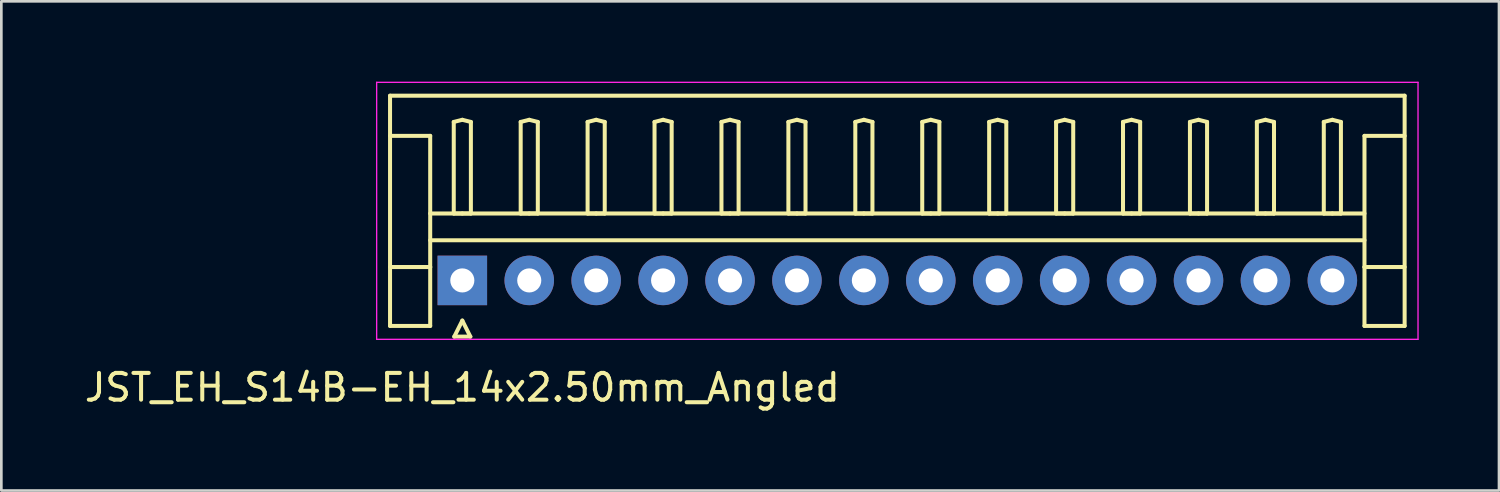
<source format=kicad_pcb>
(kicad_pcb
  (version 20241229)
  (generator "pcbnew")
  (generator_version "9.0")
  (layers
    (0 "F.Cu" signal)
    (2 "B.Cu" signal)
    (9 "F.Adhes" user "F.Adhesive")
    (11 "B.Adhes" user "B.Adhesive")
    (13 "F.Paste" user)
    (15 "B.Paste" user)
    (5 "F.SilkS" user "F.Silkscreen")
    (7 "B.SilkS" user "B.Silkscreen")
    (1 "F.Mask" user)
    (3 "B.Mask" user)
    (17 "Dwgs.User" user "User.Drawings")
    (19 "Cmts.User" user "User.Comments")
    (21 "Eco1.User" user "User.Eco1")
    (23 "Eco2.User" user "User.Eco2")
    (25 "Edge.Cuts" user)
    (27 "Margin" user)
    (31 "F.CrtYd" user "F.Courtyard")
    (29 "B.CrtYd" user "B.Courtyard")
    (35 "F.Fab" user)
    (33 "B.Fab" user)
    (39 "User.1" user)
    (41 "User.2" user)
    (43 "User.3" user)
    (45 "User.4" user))
  (footprint "JST_EH_S14B-EH_14x2.50mm_Angled"
    (layer "F.Cu")
    (at 14.22 7.425)
    (property "Reference" "JST_EH_S14B-EH_14x2.50mm_Angled" (at 0 4 0) (layer "F.SilkS") (effects (font (size 1 1) (thickness 0.15))))
    (attr through_hole)
    (fp_line (start -2.7 -6.9) (end 35.2 -6.9) (stroke (width 0.15) (type solid)) (layer "F.SilkS"))
    (fp_line (start -2.7 -5.4) (end -1.2 -5.4) (stroke (width 0.15) (type solid)) (layer "F.SilkS"))
    (fp_line (start -2.7 1.7) (end -2.7 -6.9) (stroke (width 0.15) (type solid)) (layer "F.SilkS"))
    (fp_line (start -1.2 -5.4) (end -1.2 -0.5) (stroke (width 0.15) (type solid)) (layer "F.SilkS"))
    (fp_line (start -1.2 -2.5) (end 33.7 -2.5) (stroke (width 0.15) (type solid)) (layer "F.SilkS"))
    (fp_line (start -1.2 -1.5) (end 33.7 -1.5) (stroke (width 0.15) (type solid)) (layer "F.SilkS"))
    (fp_line (start -1.2 -0.5) (end -2.7 -0.5) (stroke (width 0.15) (type solid)) (layer "F.SilkS"))
    (fp_line (start -1.2 -0.5) (end -1.2 1.7) (stroke (width 0.15) (type solid)) (layer "F.SilkS"))
    (fp_line (start -1.2 1.7) (end -2.7 1.7) (stroke (width 0.15) (type solid)) (layer "F.SilkS"))
    (fp_line (start -0.32 -5.92) (end 0 -6) (stroke (width 0.15) (type solid)) (layer "F.SilkS"))
    (fp_line (start -0.32 -2.5) (end -0.32 -5.92) (stroke (width 0.15) (type solid)) (layer "F.SilkS"))
    (fp_line (start -0.3 2.1) (end 0.3 2.1) (stroke (width 0.15) (type solid)) (layer "F.SilkS"))
    (fp_line (start 0 -6) (end 0.32 -5.92) (stroke (width 0.15) (type solid)) (layer "F.SilkS"))
    (fp_line (start 0 -2.5) (end -0.32 -2.5) (stroke (width 0.15) (type solid)) (layer "F.SilkS"))
    (fp_line (start 0 1.5) (end -0.3 2.1) (stroke (width 0.15) (type solid)) (layer "F.SilkS"))
    (fp_line (start 0.3 2.1) (end 0 1.5) (stroke (width 0.15) (type solid)) (layer "F.SilkS"))
    (fp_line (start 0.32 -5.92) (end 0.32 -2.5) (stroke (width 0.15) (type solid)) (layer "F.SilkS"))
    (fp_line (start 0.32 -2.5) (end 0 -2.5) (stroke (width 0.15) (type solid)) (layer "F.SilkS"))
    (fp_line (start 2.18 -5.92) (end 2.5 -6) (stroke (width 0.15) (type solid)) (layer "F.SilkS"))
    (fp_line (start 2.18 -2.5) (end 2.18 -5.92) (stroke (width 0.15) (type solid)) (layer "F.SilkS"))
    (fp_line (start 2.5 -6) (end 2.82 -5.92) (stroke (width 0.15) (type solid)) (layer "F.SilkS"))
    (fp_line (start 2.5 -2.5) (end 2.18 -2.5) (stroke (width 0.15) (type solid)) (layer "F.SilkS"))
    (fp_line (start 2.82 -5.92) (end 2.82 -2.5) (stroke (width 0.15) (type solid)) (layer "F.SilkS"))
    (fp_line (start 2.82 -2.5) (end 2.5 -2.5) (stroke (width 0.15) (type solid)) (layer "F.SilkS"))
    (fp_line (start 4.68 -5.92) (end 5 -6) (stroke (width 0.15) (type solid)) (layer "F.SilkS"))
    (fp_line (start 4.68 -2.5) (end 4.68 -5.92) (stroke (width 0.15) (type solid)) (layer "F.SilkS"))
    (fp_line (start 5 -6) (end 5.32 -5.92) (stroke (width 0.15) (type solid)) (layer "F.SilkS"))
    (fp_line (start 5 -2.5) (end 4.68 -2.5) (stroke (width 0.15) (type solid)) (layer "F.SilkS"))
    (fp_line (start 5.32 -5.92) (end 5.32 -2.5) (stroke (width 0.15) (type solid)) (layer "F.SilkS"))
    (fp_line (start 5.32 -2.5) (end 5 -2.5) (stroke (width 0.15) (type solid)) (layer "F.SilkS"))
    (fp_line (start 7.18 -5.92) (end 7.5 -6) (stroke (width 0.15) (type solid)) (layer "F.SilkS"))
    (fp_line (start 7.18 -2.5) (end 7.18 -5.92) (stroke (width 0.15) (type solid)) (layer "F.SilkS"))
    (fp_line (start 7.5 -6) (end 7.82 -5.92) (stroke (width 0.15) (type solid)) (layer "F.SilkS"))
    (fp_line (start 7.5 -2.5) (end 7.18 -2.5) (stroke (width 0.15) (type solid)) (layer "F.SilkS"))
    (fp_line (start 7.82 -5.92) (end 7.82 -2.5) (stroke (width 0.15) (type solid)) (layer "F.SilkS"))
    (fp_line (start 7.82 -2.5) (end 7.5 -2.5) (stroke (width 0.15) (type solid)) (layer "F.SilkS"))
    (fp_line (start 9.68 -5.92) (end 10 -6) (stroke (width 0.15) (type solid)) (layer "F.SilkS"))
    (fp_line (start 9.68 -2.5) (end 9.68 -5.92) (stroke (width 0.15) (type solid)) (layer "F.SilkS"))
    (fp_line (start 10 -6) (end 10.32 -5.92) (stroke (width 0.15) (type solid)) (layer "F.SilkS"))
    (fp_line (start 10 -2.5) (end 9.68 -2.5) (stroke (width 0.15) (type solid)) (layer "F.SilkS"))
    (fp_line (start 10.32 -5.92) (end 10.32 -2.5) (stroke (width 0.15) (type solid)) (layer "F.SilkS"))
    (fp_line (start 10.32 -2.5) (end 10 -2.5) (stroke (width 0.15) (type solid)) (layer "F.SilkS"))
    (fp_line (start 12.18 -5.92) (end 12.5 -6) (stroke (width 0.15) (type solid)) (layer "F.SilkS"))
    (fp_line (start 12.18 -2.5) (end 12.18 -5.92) (stroke (width 0.15) (type solid)) (layer "F.SilkS"))
    (fp_line (start 12.5 -6) (end 12.82 -5.92) (stroke (width 0.15) (type solid)) (layer "F.SilkS"))
    (fp_line (start 12.5 -2.5) (end 12.18 -2.5) (stroke (width 0.15) (type solid)) (layer "F.SilkS"))
    (fp_line (start 12.82 -5.92) (end 12.82 -2.5) (stroke (width 0.15) (type solid)) (layer "F.SilkS"))
    (fp_line (start 12.82 -2.5) (end 12.5 -2.5) (stroke (width 0.15) (type solid)) (layer "F.SilkS"))
    (fp_line (start 14.68 -5.92) (end 15 -6) (stroke (width 0.15) (type solid)) (layer "F.SilkS"))
    (fp_line (start 14.68 -2.5) (end 14.68 -5.92) (stroke (width 0.15) (type solid)) (layer "F.SilkS"))
    (fp_line (start 15 -6) (end 15.32 -5.92) (stroke (width 0.15) (type solid)) (layer "F.SilkS"))
    (fp_line (start 15 -2.5) (end 14.68 -2.5) (stroke (width 0.15) (type solid)) (layer "F.SilkS"))
    (fp_line (start 15.32 -5.92) (end 15.32 -2.5) (stroke (width 0.15) (type solid)) (layer "F.SilkS"))
    (fp_line (start 15.32 -2.5) (end 15 -2.5) (stroke (width 0.15) (type solid)) (layer "F.SilkS"))
    (fp_line (start 17.18 -5.92) (end 17.5 -6) (stroke (width 0.15) (type solid)) (layer "F.SilkS"))
    (fp_line (start 17.18 -2.5) (end 17.18 -5.92) (stroke (width 0.15) (type solid)) (layer "F.SilkS"))
    (fp_line (start 17.5 -6) (end 17.82 -5.92) (stroke (width 0.15) (type solid)) (layer "F.SilkS"))
    (fp_line (start 17.5 -2.5) (end 17.18 -2.5) (stroke (width 0.15) (type solid)) (layer "F.SilkS"))
    (fp_line (start 17.82 -5.92) (end 17.82 -2.5) (stroke (width 0.15) (type solid)) (layer "F.SilkS"))
    (fp_line (start 17.82 -2.5) (end 17.5 -2.5) (stroke (width 0.15) (type solid)) (layer "F.SilkS"))
    (fp_line (start 19.68 -5.92) (end 20 -6) (stroke (width 0.15) (type solid)) (layer "F.SilkS"))
    (fp_line (start 19.68 -2.5) (end 19.68 -5.92) (stroke (width 0.15) (type solid)) (layer "F.SilkS"))
    (fp_line (start 20 -6) (end 20.32 -5.92) (stroke (width 0.15) (type solid)) (layer "F.SilkS"))
    (fp_line (start 20 -2.5) (end 19.68 -2.5) (stroke (width 0.15) (type solid)) (layer "F.SilkS"))
    (fp_line (start 20.32 -5.92) (end 20.32 -2.5) (stroke (width 0.15) (type solid)) (layer "F.SilkS"))
    (fp_line (start 20.32 -2.5) (end 20 -2.5) (stroke (width 0.15) (type solid)) (layer "F.SilkS"))
    (fp_line (start 22.18 -5.92) (end 22.5 -6) (stroke (width 0.15) (type solid)) (layer "F.SilkS"))
    (fp_line (start 22.18 -2.5) (end 22.18 -5.92) (stroke (width 0.15) (type solid)) (layer "F.SilkS"))
    (fp_line (start 22.5 -6) (end 22.82 -5.92) (stroke (width 0.15) (type solid)) (layer "F.SilkS"))
    (fp_line (start 22.5 -2.5) (end 22.18 -2.5) (stroke (width 0.15) (type solid)) (layer "F.SilkS"))
    (fp_line (start 22.82 -5.92) (end 22.82 -2.5) (stroke (width 0.15) (type solid)) (layer "F.SilkS"))
    (fp_line (start 22.82 -2.5) (end 22.5 -2.5) (stroke (width 0.15) (type solid)) (layer "F.SilkS"))
    (fp_line (start 24.68 -5.92) (end 25 -6) (stroke (width 0.15) (type solid)) (layer "F.SilkS"))
    (fp_line (start 24.68 -2.5) (end 24.68 -5.92) (stroke (width 0.15) (type solid)) (layer "F.SilkS"))
    (fp_line (start 25 -6) (end 25.32 -5.92) (stroke (width 0.15) (type solid)) (layer "F.SilkS"))
    (fp_line (start 25 -2.5) (end 24.68 -2.5) (stroke (width 0.15) (type solid)) (layer "F.SilkS"))
    (fp_line (start 25.32 -5.92) (end 25.32 -2.5) (stroke (width 0.15) (type solid)) (layer "F.SilkS"))
    (fp_line (start 25.32 -2.5) (end 25 -2.5) (stroke (width 0.15) (type solid)) (layer "F.SilkS"))
    (fp_line (start 27.18 -5.92) (end 27.5 -6) (stroke (width 0.15) (type solid)) (layer "F.SilkS"))
    (fp_line (start 27.18 -2.5) (end 27.18 -5.92) (stroke (width 0.15) (type solid)) (layer "F.SilkS"))
    (fp_line (start 27.5 -6) (end 27.82 -5.92) (stroke (width 0.15) (type solid)) (layer "F.SilkS"))
    (fp_line (start 27.5 -2.5) (end 27.18 -2.5) (stroke (width 0.15) (type solid)) (layer "F.SilkS"))
    (fp_line (start 27.82 -5.92) (end 27.82 -2.5) (stroke (width 0.15) (type solid)) (layer "F.SilkS"))
    (fp_line (start 27.82 -2.5) (end 27.5 -2.5) (stroke (width 0.15) (type solid)) (layer "F.SilkS"))
    (fp_line (start 29.68 -5.92) (end 30 -6) (stroke (width 0.15) (type solid)) (layer "F.SilkS"))
    (fp_line (start 29.68 -2.5) (end 29.68 -5.92) (stroke (width 0.15) (type solid)) (layer "F.SilkS"))
    (fp_line (start 30 -6) (end 30.32 -5.92) (stroke (width 0.15) (type solid)) (layer "F.SilkS"))
    (fp_line (start 30 -2.5) (end 29.68 -2.5) (stroke (width 0.15) (type solid)) (layer "F.SilkS"))
    (fp_line (start 30.32 -5.92) (end 30.32 -2.5) (stroke (width 0.15) (type solid)) (layer "F.SilkS"))
    (fp_line (start 30.32 -2.5) (end 30 -2.5) (stroke (width 0.15) (type solid)) (layer "F.SilkS"))
    (fp_line (start 32.18 -5.92) (end 32.5 -6) (stroke (width 0.15) (type solid)) (layer "F.SilkS"))
    (fp_line (start 32.18 -2.5) (end 32.18 -5.92) (stroke (width 0.15) (type solid)) (layer "F.SilkS"))
    (fp_line (start 32.5 -6) (end 32.82 -5.92) (stroke (width 0.15) (type solid)) (layer "F.SilkS"))
    (fp_line (start 32.5 -2.5) (end 32.18 -2.5) (stroke (width 0.15) (type solid)) (layer "F.SilkS"))
    (fp_line (start 32.82 -5.92) (end 32.82 -2.5) (stroke (width 0.15) (type solid)) (layer "F.SilkS"))
    (fp_line (start 32.82 -2.5) (end 32.5 -2.5) (stroke (width 0.15) (type solid)) (layer "F.SilkS"))
    (fp_line (start 33.7 -5.4) (end 33.7 -0.5) (stroke (width 0.15) (type solid)) (layer "F.SilkS"))
    (fp_line (start 33.7 -0.5) (end 35.2 -0.5) (stroke (width 0.15) (type solid)) (layer "F.SilkS"))
    (fp_line (start 33.7 1.7) (end 33.7 -0.5) (stroke (width 0.15) (type solid)) (layer "F.SilkS"))
    (fp_line (start 35.2 -6.9) (end 35.2 1.7) (stroke (width 0.15) (type solid)) (layer "F.SilkS"))
    (fp_line (start 35.2 -5.4) (end 33.7 -5.4) (stroke (width 0.15) (type solid)) (layer "F.SilkS"))
    (fp_line (start 35.2 1.7) (end 33.7 1.7) (stroke (width 0.15) (type solid)) (layer "F.SilkS"))
    (fp_line (start -3.2 -7.4) (end -3.2 2.2) (stroke (width 0.05) (type solid)) (layer "F.CrtYd"))
    (fp_line (start -3.2 2.2) (end 35.7 2.2) (stroke (width 0.05) (type solid)) (layer "F.CrtYd"))
    (fp_line (start 35.7 -7.4) (end -3.2 -7.4) (stroke (width 0.05) (type solid)) (layer "F.CrtYd"))
    (fp_line (start 35.7 2.2) (end 35.7 -7.4) (stroke (width 0.05) (type solid)) (layer "F.CrtYd"))
    (pad "1" thru_hole rect (at 0 0) (size 1.85 1.85) (drill 0.9) (layers "*.Cu" "*.Mask"))
    (pad "2" thru_hole circle (at 2.5 0) (size 1.85 1.85) (drill 0.9) (layers "*.Cu" "*.Mask"))
    (pad "3" thru_hole circle (at 5 0) (size 1.85 1.85) (drill 0.9) (layers "*.Cu" "*.Mask"))
    (pad "4" thru_hole circle (at 7.5 0) (size 1.85 1.85) (drill 0.9) (layers "*.Cu" "*.Mask"))
    (pad "5" thru_hole circle (at 10 0) (size 1.85 1.85) (drill 0.9) (layers "*.Cu" "*.Mask"))
    (pad "6" thru_hole circle (at 12.5 0) (size 1.85 1.85) (drill 0.9) (layers "*.Cu" "*.Mask"))
    (pad "7" thru_hole circle (at 15 0) (size 1.85 1.85) (drill 0.9) (layers "*.Cu" "*.Mask"))
    (pad "8" thru_hole circle (at 17.5 0) (size 1.85 1.85) (drill 0.9) (layers "*.Cu" "*.Mask"))
    (pad "9" thru_hole circle (at 20 0) (size 1.85 1.85) (drill 0.9) (layers "*.Cu" "*.Mask"))
    (pad "10" thru_hole circle (at 22.5 0) (size 1.85 1.85) (drill 0.9) (layers "*.Cu" "*.Mask"))
    (pad "11" thru_hole circle (at 25 0) (size 1.85 1.85) (drill 0.9) (layers "*.Cu" "*.Mask"))
    (pad "12" thru_hole circle (at 27.5 0) (size 1.85 1.85) (drill 0.9) (layers "*.Cu" "*.Mask"))
    (pad "13" thru_hole circle (at 30 0) (size 1.85 1.85) (drill 0.9) (layers "*.Cu" "*.Mask"))
    (pad "14" thru_hole circle (at 32.5 0) (size 1.85 1.85) (drill 0.9) (layers "*.Cu" "*.Mask")))
  (gr_rect
    (start -3 -3)
    (end 52.945 15.273)
    (stroke (width 0.1) (type default))
    (fill no)
    (layer "Edge.Cuts")))
</source>
